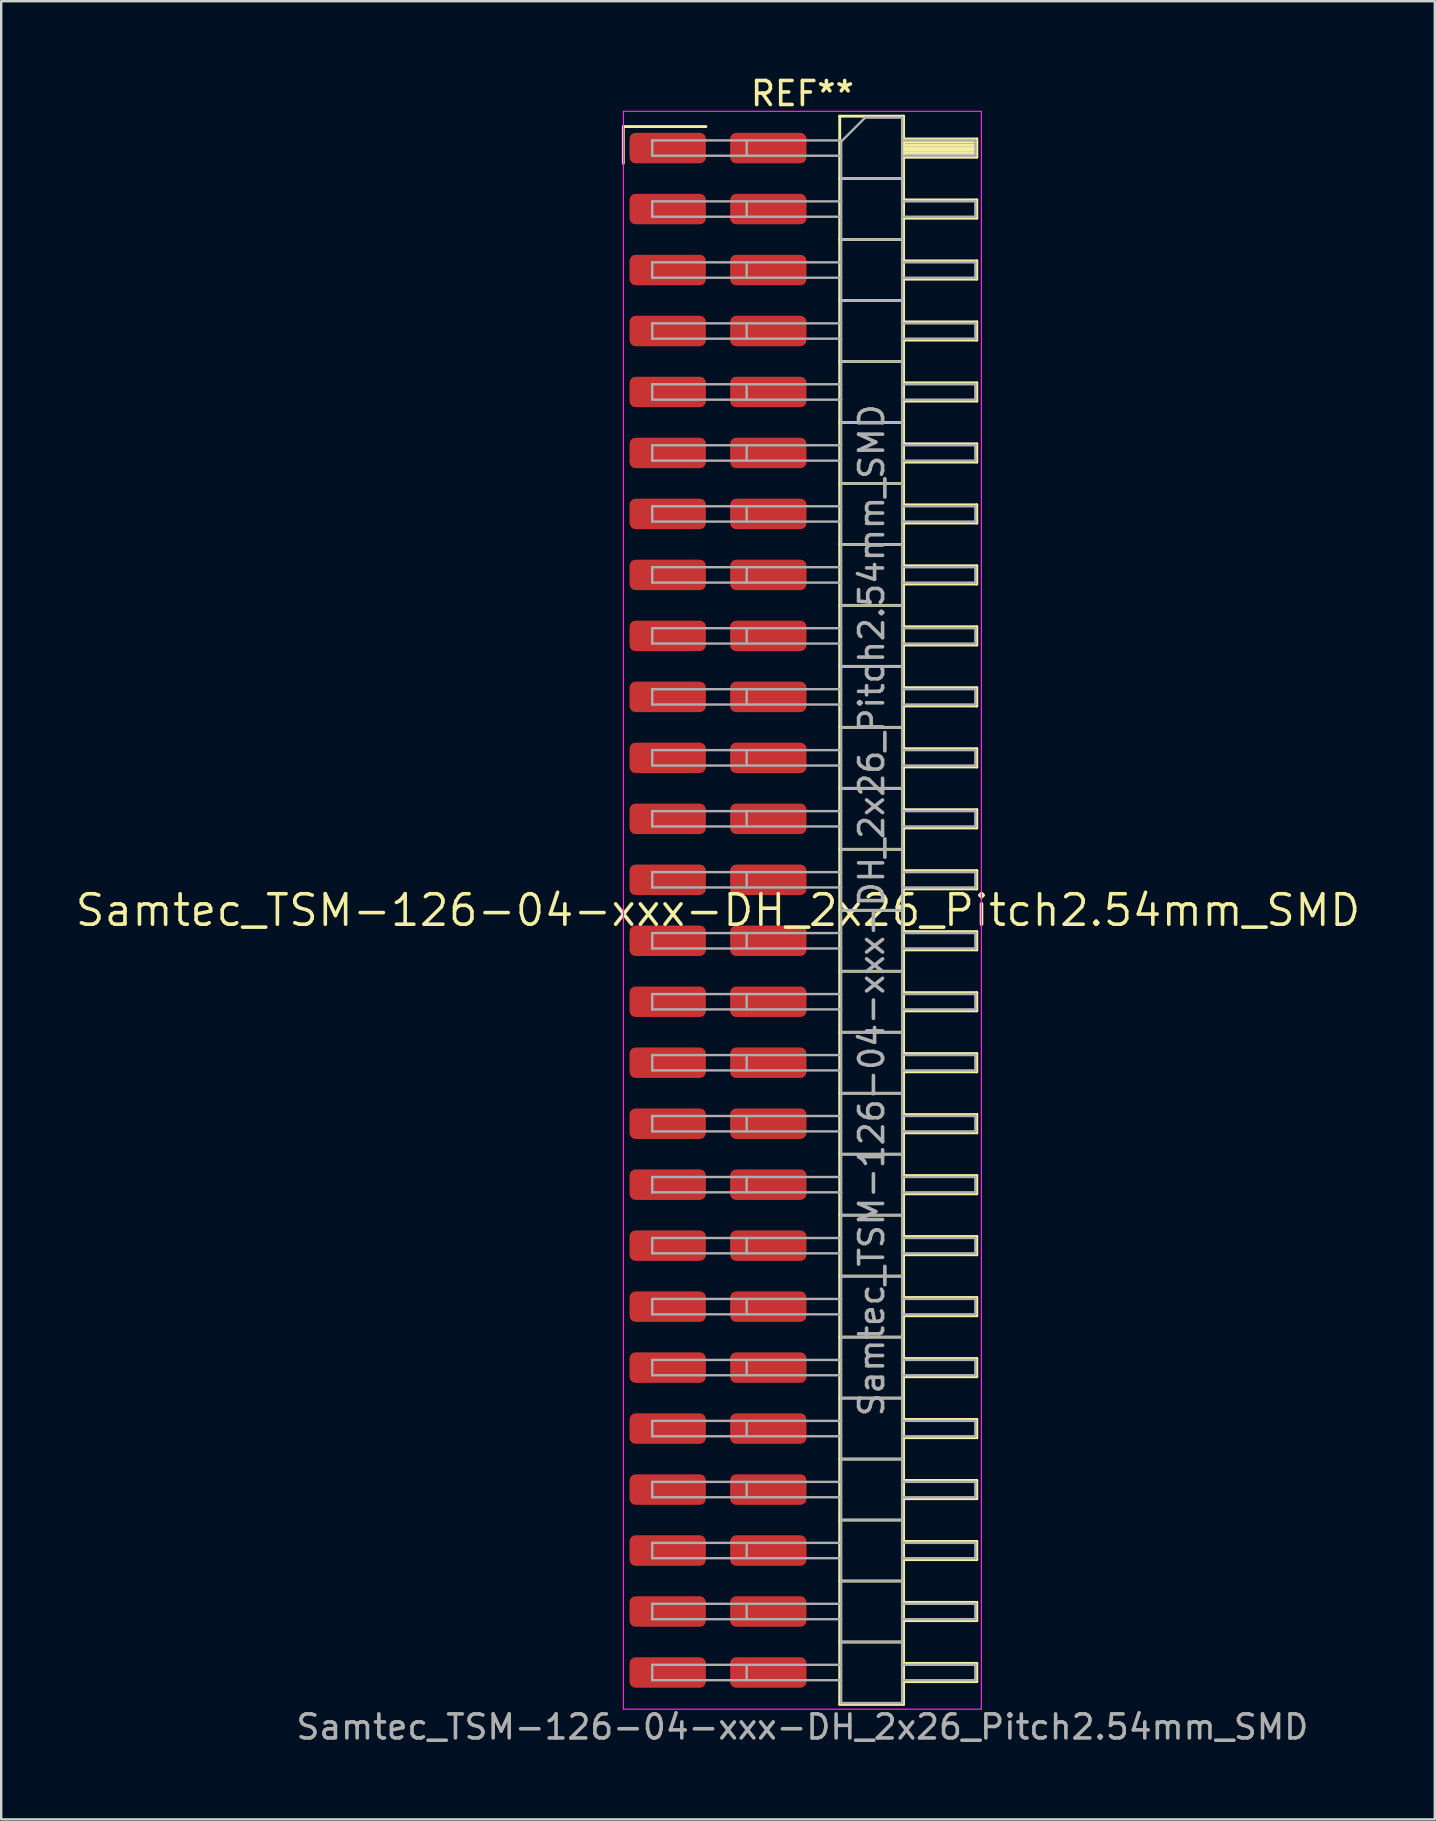
<source format=kicad_pcb>
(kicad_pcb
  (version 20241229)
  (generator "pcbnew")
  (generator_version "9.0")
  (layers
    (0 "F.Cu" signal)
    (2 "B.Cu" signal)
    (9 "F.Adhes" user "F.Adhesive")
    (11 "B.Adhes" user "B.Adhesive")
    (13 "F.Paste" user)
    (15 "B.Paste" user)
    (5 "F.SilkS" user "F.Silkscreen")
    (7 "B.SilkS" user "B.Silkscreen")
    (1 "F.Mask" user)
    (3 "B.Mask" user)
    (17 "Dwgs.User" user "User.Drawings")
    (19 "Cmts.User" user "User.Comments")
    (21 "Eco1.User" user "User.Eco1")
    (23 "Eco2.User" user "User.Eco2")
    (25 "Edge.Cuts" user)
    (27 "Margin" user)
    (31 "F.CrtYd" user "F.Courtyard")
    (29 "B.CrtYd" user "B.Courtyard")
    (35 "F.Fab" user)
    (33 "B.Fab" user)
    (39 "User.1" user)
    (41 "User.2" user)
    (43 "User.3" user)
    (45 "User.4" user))
  (footprint "Samtec_TSM-126-04-xxx-DH_2x26_Pitch2.54mm_SMD"
    (layer "F.Cu")
    (at 26.859 34.868)
    (property "Reference" "Samtec_TSM-126-04-xxx-DH_2x26_Pitch2.54mm_SMD" (at 0 0 0) (layer "F.SilkS") (effects (font (size 1.27 1.27) (thickness 0.15))))
    (attr smd)
    (fp_line (start -3.945 -32.645) (end -0.505 -32.645) (stroke (width 0.12) (type solid)) (layer "F.SilkS"))
    (fp_line (start -3.945 -31.115) (end -3.945 -32.645) (stroke (width 0.12) (type solid)) (layer "F.SilkS"))
    (fp_line (start 5.07 -33.08) (end 7.73 -33.08) (stroke (width 0.12) (type solid)) (layer "F.SilkS"))
    (fp_line (start 5.07 -30.48) (end 7.73 -30.48) (stroke (width 0.12) (type solid)) (layer "F.SilkS"))
    (fp_line (start 5.07 -27.94) (end 7.73 -27.94) (stroke (width 0.12) (type solid)) (layer "F.SilkS"))
    (fp_line (start 5.07 -25.4) (end 7.73 -25.4) (stroke (width 0.12) (type solid)) (layer "F.SilkS"))
    (fp_line (start 5.07 -22.86) (end 7.73 -22.86) (stroke (width 0.12) (type solid)) (layer "F.SilkS"))
    (fp_line (start 5.07 -20.32) (end 7.73 -20.32) (stroke (width 0.12) (type solid)) (layer "F.SilkS"))
    (fp_line (start 5.07 -17.78) (end 7.73 -17.78) (stroke (width 0.12) (type solid)) (layer "F.SilkS"))
    (fp_line (start 5.07 -15.24) (end 7.73 -15.24) (stroke (width 0.12) (type solid)) (layer "F.SilkS"))
    (fp_line (start 5.07 -12.7) (end 7.73 -12.7) (stroke (width 0.12) (type solid)) (layer "F.SilkS"))
    (fp_line (start 5.07 -10.16) (end 7.73 -10.16) (stroke (width 0.12) (type solid)) (layer "F.SilkS"))
    (fp_line (start 5.07 -7.62) (end 7.73 -7.62) (stroke (width 0.12) (type solid)) (layer "F.SilkS"))
    (fp_line (start 5.07 -5.08) (end 7.73 -5.08) (stroke (width 0.12) (type solid)) (layer "F.SilkS"))
    (fp_line (start 5.07 -2.54) (end 7.73 -2.54) (stroke (width 0.12) (type solid)) (layer "F.SilkS"))
    (fp_line (start 5.07 0) (end 7.73 0) (stroke (width 0.12) (type solid)) (layer "F.SilkS"))
    (fp_line (start 5.07 2.54) (end 7.73 2.54) (stroke (width 0.12) (type solid)) (layer "F.SilkS"))
    (fp_line (start 5.07 5.08) (end 7.73 5.08) (stroke (width 0.12) (type solid)) (layer "F.SilkS"))
    (fp_line (start 5.07 7.62) (end 7.73 7.62) (stroke (width 0.12) (type solid)) (layer "F.SilkS"))
    (fp_line (start 5.07 10.16) (end 7.73 10.16) (stroke (width 0.12) (type solid)) (layer "F.SilkS"))
    (fp_line (start 5.07 12.7) (end 7.73 12.7) (stroke (width 0.12) (type solid)) (layer "F.SilkS"))
    (fp_line (start 5.07 15.24) (end 7.73 15.24) (stroke (width 0.12) (type solid)) (layer "F.SilkS"))
    (fp_line (start 5.07 17.78) (end 7.73 17.78) (stroke (width 0.12) (type solid)) (layer "F.SilkS"))
    (fp_line (start 5.07 20.32) (end 7.73 20.32) (stroke (width 0.12) (type solid)) (layer "F.SilkS"))
    (fp_line (start 5.07 22.86) (end 7.73 22.86) (stroke (width 0.12) (type solid)) (layer "F.SilkS"))
    (fp_line (start 5.07 25.4) (end 7.73 25.4) (stroke (width 0.12) (type solid)) (layer "F.SilkS"))
    (fp_line (start 5.07 27.94) (end 7.73 27.94) (stroke (width 0.12) (type solid)) (layer "F.SilkS"))
    (fp_line (start 5.07 30.48) (end 7.73 30.48) (stroke (width 0.12) (type solid)) (layer "F.SilkS"))
    (fp_line (start 5.07 33.08) (end 5.07 -33.08) (stroke (width 0.12) (type solid)) (layer "F.SilkS"))
    (fp_line (start 7.73 -33.08) (end 7.73 33.08) (stroke (width 0.12) (type solid)) (layer "F.SilkS"))
    (fp_line (start 7.73 -32.13) (end 10.78 -32.13) (stroke (width 0.12) (type solid)) (layer "F.SilkS"))
    (fp_line (start 7.73 -32.01) (end 10.78 -32.01) (stroke (width 0.12) (type solid)) (layer "F.SilkS"))
    (fp_line (start 7.73 -31.89) (end 10.78 -31.89) (stroke (width 0.12) (type solid)) (layer "F.SilkS"))
    (fp_line (start 7.73 -31.77) (end 10.78 -31.77) (stroke (width 0.12) (type solid)) (layer "F.SilkS"))
    (fp_line (start 7.73 -31.65) (end 10.78 -31.65) (stroke (width 0.12) (type solid)) (layer "F.SilkS"))
    (fp_line (start 7.73 -31.53) (end 10.78 -31.53) (stroke (width 0.12) (type solid)) (layer "F.SilkS"))
    (fp_line (start 7.73 -31.41) (end 10.78 -31.41) (stroke (width 0.12) (type solid)) (layer "F.SilkS"))
    (fp_line (start 7.73 -31.37) (end 10.78 -31.37) (stroke (width 0.12) (type solid)) (layer "F.SilkS"))
    (fp_line (start 7.73 -29.59) (end 10.78 -29.59) (stroke (width 0.12) (type solid)) (layer "F.SilkS"))
    (fp_line (start 7.73 -28.83) (end 10.78 -28.83) (stroke (width 0.12) (type solid)) (layer "F.SilkS"))
    (fp_line (start 7.73 -27.05) (end 10.78 -27.05) (stroke (width 0.12) (type solid)) (layer "F.SilkS"))
    (fp_line (start 7.73 -26.29) (end 10.78 -26.29) (stroke (width 0.12) (type solid)) (layer "F.SilkS"))
    (fp_line (start 7.73 -24.51) (end 10.78 -24.51) (stroke (width 0.12) (type solid)) (layer "F.SilkS"))
    (fp_line (start 7.73 -23.75) (end 10.78 -23.75) (stroke (width 0.12) (type solid)) (layer "F.SilkS"))
    (fp_line (start 7.73 -21.97) (end 10.78 -21.97) (stroke (width 0.12) (type solid)) (layer "F.SilkS"))
    (fp_line (start 7.73 -21.21) (end 10.78 -21.21) (stroke (width 0.12) (type solid)) (layer "F.SilkS"))
    (fp_line (start 7.73 -19.43) (end 10.78 -19.43) (stroke (width 0.12) (type solid)) (layer "F.SilkS"))
    (fp_line (start 7.73 -18.67) (end 10.78 -18.67) (stroke (width 0.12) (type solid)) (layer "F.SilkS"))
    (fp_line (start 7.73 -16.89) (end 10.78 -16.89) (stroke (width 0.12) (type solid)) (layer "F.SilkS"))
    (fp_line (start 7.73 -16.13) (end 10.78 -16.13) (stroke (width 0.12) (type solid)) (layer "F.SilkS"))
    (fp_line (start 7.73 -14.35) (end 10.78 -14.35) (stroke (width 0.12) (type solid)) (layer "F.SilkS"))
    (fp_line (start 7.73 -13.59) (end 10.78 -13.59) (stroke (width 0.12) (type solid)) (layer "F.SilkS"))
    (fp_line (start 7.73 -11.81) (end 10.78 -11.81) (stroke (width 0.12) (type solid)) (layer "F.SilkS"))
    (fp_line (start 7.73 -11.05) (end 10.78 -11.05) (stroke (width 0.12) (type solid)) (layer "F.SilkS"))
    (fp_line (start 7.73 -9.27) (end 10.78 -9.27) (stroke (width 0.12) (type solid)) (layer "F.SilkS"))
    (fp_line (start 7.73 -8.51) (end 10.78 -8.51) (stroke (width 0.12) (type solid)) (layer "F.SilkS"))
    (fp_line (start 7.73 -6.73) (end 10.78 -6.73) (stroke (width 0.12) (type solid)) (layer "F.SilkS"))
    (fp_line (start 7.73 -5.97) (end 10.78 -5.97) (stroke (width 0.12) (type solid)) (layer "F.SilkS"))
    (fp_line (start 7.73 -4.19) (end 10.78 -4.19) (stroke (width 0.12) (type solid)) (layer "F.SilkS"))
    (fp_line (start 7.73 -3.43) (end 10.78 -3.43) (stroke (width 0.12) (type solid)) (layer "F.SilkS"))
    (fp_line (start 7.73 -1.65) (end 10.78 -1.65) (stroke (width 0.12) (type solid)) (layer "F.SilkS"))
    (fp_line (start 7.73 -0.89) (end 10.78 -0.89) (stroke (width 0.12) (type solid)) (layer "F.SilkS"))
    (fp_line (start 7.73 0.89) (end 10.78 0.89) (stroke (width 0.12) (type solid)) (layer "F.SilkS"))
    (fp_line (start 7.73 1.65) (end 10.78 1.65) (stroke (width 0.12) (type solid)) (layer "F.SilkS"))
    (fp_line (start 7.73 3.43) (end 10.78 3.43) (stroke (width 0.12) (type solid)) (layer "F.SilkS"))
    (fp_line (start 7.73 4.19) (end 10.78 4.19) (stroke (width 0.12) (type solid)) (layer "F.SilkS"))
    (fp_line (start 7.73 5.97) (end 10.78 5.97) (stroke (width 0.12) (type solid)) (layer "F.SilkS"))
    (fp_line (start 7.73 6.73) (end 10.78 6.73) (stroke (width 0.12) (type solid)) (layer "F.SilkS"))
    (fp_line (start 7.73 8.51) (end 10.78 8.51) (stroke (width 0.12) (type solid)) (layer "F.SilkS"))
    (fp_line (start 7.73 9.27) (end 10.78 9.27) (stroke (width 0.12) (type solid)) (layer "F.SilkS"))
    (fp_line (start 7.73 11.05) (end 10.78 11.05) (stroke (width 0.12) (type solid)) (layer "F.SilkS"))
    (fp_line (start 7.73 11.81) (end 10.78 11.81) (stroke (width 0.12) (type solid)) (layer "F.SilkS"))
    (fp_line (start 7.73 13.59) (end 10.78 13.59) (stroke (width 0.12) (type solid)) (layer "F.SilkS"))
    (fp_line (start 7.73 14.35) (end 10.78 14.35) (stroke (width 0.12) (type solid)) (layer "F.SilkS"))
    (fp_line (start 7.73 16.13) (end 10.78 16.13) (stroke (width 0.12) (type solid)) (layer "F.SilkS"))
    (fp_line (start 7.73 16.89) (end 10.78 16.89) (stroke (width 0.12) (type solid)) (layer "F.SilkS"))
    (fp_line (start 7.73 18.67) (end 10.78 18.67) (stroke (width 0.12) (type solid)) (layer "F.SilkS"))
    (fp_line (start 7.73 19.43) (end 10.78 19.43) (stroke (width 0.12) (type solid)) (layer "F.SilkS"))
    (fp_line (start 7.73 21.21) (end 10.78 21.21) (stroke (width 0.12) (type solid)) (layer "F.SilkS"))
    (fp_line (start 7.73 21.97) (end 10.78 21.97) (stroke (width 0.12) (type solid)) (layer "F.SilkS"))
    (fp_line (start 7.73 23.75) (end 10.78 23.75) (stroke (width 0.12) (type solid)) (layer "F.SilkS"))
    (fp_line (start 7.73 24.51) (end 10.78 24.51) (stroke (width 0.12) (type solid)) (layer "F.SilkS"))
    (fp_line (start 7.73 26.29) (end 10.78 26.29) (stroke (width 0.12) (type solid)) (layer "F.SilkS"))
    (fp_line (start 7.73 27.05) (end 10.78 27.05) (stroke (width 0.12) (type solid)) (layer "F.SilkS"))
    (fp_line (start 7.73 28.83) (end 10.78 28.83) (stroke (width 0.12) (type solid)) (layer "F.SilkS"))
    (fp_line (start 7.73 29.59) (end 10.78 29.59) (stroke (width 0.12) (type solid)) (layer "F.SilkS"))
    (fp_line (start 7.73 31.37) (end 10.78 31.37) (stroke (width 0.12) (type solid)) (layer "F.SilkS"))
    (fp_line (start 7.73 32.13) (end 10.78 32.13) (stroke (width 0.12) (type solid)) (layer "F.SilkS"))
    (fp_line (start 7.73 33.08) (end 5.07 33.08) (stroke (width 0.12) (type solid)) (layer "F.SilkS"))
    (fp_line (start 10.78 -32.13) (end 10.78 -31.37) (stroke (width 0.12) (type solid)) (layer "F.SilkS"))
    (fp_line (start 10.78 -29.59) (end 10.78 -28.83) (stroke (width 0.12) (type solid)) (layer "F.SilkS"))
    (fp_line (start 10.78 -27.05) (end 10.78 -26.29) (stroke (width 0.12) (type solid)) (layer "F.SilkS"))
    (fp_line (start 10.78 -24.51) (end 10.78 -23.75) (stroke (width 0.12) (type solid)) (layer "F.SilkS"))
    (fp_line (start 10.78 -21.97) (end 10.78 -21.21) (stroke (width 0.12) (type solid)) (layer "F.SilkS"))
    (fp_line (start 10.78 -19.43) (end 10.78 -18.67) (stroke (width 0.12) (type solid)) (layer "F.SilkS"))
    (fp_line (start 10.78 -16.89) (end 10.78 -16.13) (stroke (width 0.12) (type solid)) (layer "F.SilkS"))
    (fp_line (start 10.78 -14.35) (end 10.78 -13.59) (stroke (width 0.12) (type solid)) (layer "F.SilkS"))
    (fp_line (start 10.78 -11.81) (end 10.78 -11.05) (stroke (width 0.12) (type solid)) (layer "F.SilkS"))
    (fp_line (start 10.78 -9.27) (end 10.78 -8.51) (stroke (width 0.12) (type solid)) (layer "F.SilkS"))
    (fp_line (start 10.78 -6.73) (end 10.78 -5.97) (stroke (width 0.12) (type solid)) (layer "F.SilkS"))
    (fp_line (start 10.78 -4.19) (end 10.78 -3.43) (stroke (width 0.12) (type solid)) (layer "F.SilkS"))
    (fp_line (start 10.78 -1.65) (end 10.78 -0.89) (stroke (width 0.12) (type solid)) (layer "F.SilkS"))
    (fp_line (start 10.78 0.89) (end 10.78 1.65) (stroke (width 0.12) (type solid)) (layer "F.SilkS"))
    (fp_line (start 10.78 3.43) (end 10.78 4.19) (stroke (width 0.12) (type solid)) (layer "F.SilkS"))
    (fp_line (start 10.78 5.97) (end 10.78 6.73) (stroke (width 0.12) (type solid)) (layer "F.SilkS"))
    (fp_line (start 10.78 8.51) (end 10.78 9.27) (stroke (width 0.12) (type solid)) (layer "F.SilkS"))
    (fp_line (start 10.78 11.05) (end 10.78 11.81) (stroke (width 0.12) (type solid)) (layer "F.SilkS"))
    (fp_line (start 10.78 13.59) (end 10.78 14.35) (stroke (width 0.12) (type solid)) (layer "F.SilkS"))
    (fp_line (start 10.78 16.13) (end 10.78 16.89) (stroke (width 0.12) (type solid)) (layer "F.SilkS"))
    (fp_line (start 10.78 18.67) (end 10.78 19.43) (stroke (width 0.12) (type solid)) (layer "F.SilkS"))
    (fp_line (start 10.78 21.21) (end 10.78 21.97) (stroke (width 0.12) (type solid)) (layer "F.SilkS"))
    (fp_line (start 10.78 23.75) (end 10.78 24.51) (stroke (width 0.12) (type solid)) (layer "F.SilkS"))
    (fp_line (start 10.78 26.29) (end 10.78 27.05) (stroke (width 0.12) (type solid)) (layer "F.SilkS"))
    (fp_line (start 10.78 28.83) (end 10.78 29.59) (stroke (width 0.12) (type solid)) (layer "F.SilkS"))
    (fp_line (start 10.78 31.37) (end 10.78 32.13) (stroke (width 0.12) (type solid)) (layer "F.SilkS"))
    (fp_line (start -3.94 -33.28) (end 10.97 -33.28) (stroke (width 0.05) (type solid)) (layer "F.CrtYd"))
    (fp_line (start -3.94 33.28) (end -3.94 -33.28) (stroke (width 0.05) (type solid)) (layer "F.CrtYd"))
    (fp_line (start 10.97 -33.28) (end 10.97 33.28) (stroke (width 0.05) (type solid)) (layer "F.CrtYd"))
    (fp_line (start 10.97 33.28) (end -3.94 33.28) (stroke (width 0.05) (type solid)) (layer "F.CrtYd"))
    (fp_line (start -2.74 -32.07) (end -2.74 -31.43) (stroke (width 0.1) (type solid)) (layer "F.Fab"))
    (fp_line (start -2.74 -32.07) (end 5.13 -32.07) (stroke (width 0.1) (type solid)) (layer "F.Fab"))
    (fp_line (start -2.74 -31.43) (end 5.13 -31.43) (stroke (width 0.1) (type solid)) (layer "F.Fab"))
    (fp_line (start -2.74 -29.53) (end -2.74 -28.89) (stroke (width 0.1) (type solid)) (layer "F.Fab"))
    (fp_line (start -2.74 -29.53) (end 5.13 -29.53) (stroke (width 0.1) (type solid)) (layer "F.Fab"))
    (fp_line (start -2.74 -28.89) (end 5.13 -28.89) (stroke (width 0.1) (type solid)) (layer "F.Fab"))
    (fp_line (start -2.74 -26.99) (end -2.74 -26.35) (stroke (width 0.1) (type solid)) (layer "F.Fab"))
    (fp_line (start -2.74 -26.99) (end 5.13 -26.99) (stroke (width 0.1) (type solid)) (layer "F.Fab"))
    (fp_line (start -2.74 -26.35) (end 5.13 -26.35) (stroke (width 0.1) (type solid)) (layer "F.Fab"))
    (fp_line (start -2.74 -24.45) (end -2.74 -23.81) (stroke (width 0.1) (type solid)) (layer "F.Fab"))
    (fp_line (start -2.74 -24.45) (end 5.13 -24.45) (stroke (width 0.1) (type solid)) (layer "F.Fab"))
    (fp_line (start -2.74 -23.81) (end 5.13 -23.81) (stroke (width 0.1) (type solid)) (layer "F.Fab"))
    (fp_line (start -2.74 -21.91) (end -2.74 -21.27) (stroke (width 0.1) (type solid)) (layer "F.Fab"))
    (fp_line (start -2.74 -21.91) (end 5.13 -21.91) (stroke (width 0.1) (type solid)) (layer "F.Fab"))
    (fp_line (start -2.74 -21.27) (end 5.13 -21.27) (stroke (width 0.1) (type solid)) (layer "F.Fab"))
    (fp_line (start -2.74 -19.37) (end -2.74 -18.73) (stroke (width 0.1) (type solid)) (layer "F.Fab"))
    (fp_line (start -2.74 -19.37) (end 5.13 -19.37) (stroke (width 0.1) (type solid)) (layer "F.Fab"))
    (fp_line (start -2.74 -18.73) (end 5.13 -18.73) (stroke (width 0.1) (type solid)) (layer "F.Fab"))
    (fp_line (start -2.74 -16.83) (end -2.74 -16.19) (stroke (width 0.1) (type solid)) (layer "F.Fab"))
    (fp_line (start -2.74 -16.83) (end 5.13 -16.83) (stroke (width 0.1) (type solid)) (layer "F.Fab"))
    (fp_line (start -2.74 -16.19) (end 5.13 -16.19) (stroke (width 0.1) (type solid)) (layer "F.Fab"))
    (fp_line (start -2.74 -14.29) (end -2.74 -13.65) (stroke (width 0.1) (type solid)) (layer "F.Fab"))
    (fp_line (start -2.74 -14.29) (end 5.13 -14.29) (stroke (width 0.1) (type solid)) (layer "F.Fab"))
    (fp_line (start -2.74 -13.65) (end 5.13 -13.65) (stroke (width 0.1) (type solid)) (layer "F.Fab"))
    (fp_line (start -2.74 -11.75) (end -2.74 -11.11) (stroke (width 0.1) (type solid)) (layer "F.Fab"))
    (fp_line (start -2.74 -11.75) (end 5.13 -11.75) (stroke (width 0.1) (type solid)) (layer "F.Fab"))
    (fp_line (start -2.74 -11.11) (end 5.13 -11.11) (stroke (width 0.1) (type solid)) (layer "F.Fab"))
    (fp_line (start -2.74 -9.21) (end -2.74 -8.57) (stroke (width 0.1) (type solid)) (layer "F.Fab"))
    (fp_line (start -2.74 -9.21) (end 5.13 -9.21) (stroke (width 0.1) (type solid)) (layer "F.Fab"))
    (fp_line (start -2.74 -8.57) (end 5.13 -8.57) (stroke (width 0.1) (type solid)) (layer "F.Fab"))
    (fp_line (start -2.74 -6.67) (end -2.74 -6.03) (stroke (width 0.1) (type solid)) (layer "F.Fab"))
    (fp_line (start -2.74 -6.67) (end 5.13 -6.67) (stroke (width 0.1) (type solid)) (layer "F.Fab"))
    (fp_line (start -2.74 -6.03) (end 5.13 -6.03) (stroke (width 0.1) (type solid)) (layer "F.Fab"))
    (fp_line (start -2.74 -4.13) (end -2.74 -3.49) (stroke (width 0.1) (type solid)) (layer "F.Fab"))
    (fp_line (start -2.74 -4.13) (end 5.13 -4.13) (stroke (width 0.1) (type solid)) (layer "F.Fab"))
    (fp_line (start -2.74 -3.49) (end 5.13 -3.49) (stroke (width 0.1) (type solid)) (layer "F.Fab"))
    (fp_line (start -2.74 -1.59) (end -2.74 -0.95) (stroke (width 0.1) (type solid)) (layer "F.Fab"))
    (fp_line (start -2.74 -1.59) (end 5.13 -1.59) (stroke (width 0.1) (type solid)) (layer "F.Fab"))
    (fp_line (start -2.74 -0.95) (end 5.13 -0.95) (stroke (width 0.1) (type solid)) (layer "F.Fab"))
    (fp_line (start -2.74 0.95) (end -2.74 1.59) (stroke (width 0.1) (type solid)) (layer "F.Fab"))
    (fp_line (start -2.74 0.95) (end 5.13 0.95) (stroke (width 0.1) (type solid)) (layer "F.Fab"))
    (fp_line (start -2.74 1.59) (end 5.13 1.59) (stroke (width 0.1) (type solid)) (layer "F.Fab"))
    (fp_line (start -2.74 3.49) (end -2.74 4.13) (stroke (width 0.1) (type solid)) (layer "F.Fab"))
    (fp_line (start -2.74 3.49) (end 5.13 3.49) (stroke (width 0.1) (type solid)) (layer "F.Fab"))
    (fp_line (start -2.74 4.13) (end 5.13 4.13) (stroke (width 0.1) (type solid)) (layer "F.Fab"))
    (fp_line (start -2.74 6.03) (end -2.74 6.67) (stroke (width 0.1) (type solid)) (layer "F.Fab"))
    (fp_line (start -2.74 6.03) (end 5.13 6.03) (stroke (width 0.1) (type solid)) (layer "F.Fab"))
    (fp_line (start -2.74 6.67) (end 5.13 6.67) (stroke (width 0.1) (type solid)) (layer "F.Fab"))
    (fp_line (start -2.74 8.57) (end -2.74 9.21) (stroke (width 0.1) (type solid)) (layer "F.Fab"))
    (fp_line (start -2.74 8.57) (end 5.13 8.57) (stroke (width 0.1) (type solid)) (layer "F.Fab"))
    (fp_line (start -2.74 9.21) (end 5.13 9.21) (stroke (width 0.1) (type solid)) (layer "F.Fab"))
    (fp_line (start -2.74 11.11) (end -2.74 11.75) (stroke (width 0.1) (type solid)) (layer "F.Fab"))
    (fp_line (start -2.74 11.11) (end 5.13 11.11) (stroke (width 0.1) (type solid)) (layer "F.Fab"))
    (fp_line (start -2.74 11.75) (end 5.13 11.75) (stroke (width 0.1) (type solid)) (layer "F.Fab"))
    (fp_line (start -2.74 13.65) (end -2.74 14.29) (stroke (width 0.1) (type solid)) (layer "F.Fab"))
    (fp_line (start -2.74 13.65) (end 5.13 13.65) (stroke (width 0.1) (type solid)) (layer "F.Fab"))
    (fp_line (start -2.74 14.29) (end 5.13 14.29) (stroke (width 0.1) (type solid)) (layer "F.Fab"))
    (fp_line (start -2.74 16.19) (end -2.74 16.83) (stroke (width 0.1) (type solid)) (layer "F.Fab"))
    (fp_line (start -2.74 16.19) (end 5.13 16.19) (stroke (width 0.1) (type solid)) (layer "F.Fab"))
    (fp_line (start -2.74 16.83) (end 5.13 16.83) (stroke (width 0.1) (type solid)) (layer "F.Fab"))
    (fp_line (start -2.74 18.73) (end -2.74 19.37) (stroke (width 0.1) (type solid)) (layer "F.Fab"))
    (fp_line (start -2.74 18.73) (end 5.13 18.73) (stroke (width 0.1) (type solid)) (layer "F.Fab"))
    (fp_line (start -2.74 19.37) (end 5.13 19.37) (stroke (width 0.1) (type solid)) (layer "F.Fab"))
    (fp_line (start -2.74 21.27) (end -2.74 21.91) (stroke (width 0.1) (type solid)) (layer "F.Fab"))
    (fp_line (start -2.74 21.27) (end 5.13 21.27) (stroke (width 0.1) (type solid)) (layer "F.Fab"))
    (fp_line (start -2.74 21.91) (end 5.13 21.91) (stroke (width 0.1) (type solid)) (layer "F.Fab"))
    (fp_line (start -2.74 23.81) (end -2.74 24.45) (stroke (width 0.1) (type solid)) (layer "F.Fab"))
    (fp_line (start -2.74 23.81) (end 5.13 23.81) (stroke (width 0.1) (type solid)) (layer "F.Fab"))
    (fp_line (start -2.74 24.45) (end 5.13 24.45) (stroke (width 0.1) (type solid)) (layer "F.Fab"))
    (fp_line (start -2.74 26.35) (end -2.74 26.99) (stroke (width 0.1) (type solid)) (layer "F.Fab"))
    (fp_line (start -2.74 26.35) (end 5.13 26.35) (stroke (width 0.1) (type solid)) (layer "F.Fab"))
    (fp_line (start -2.74 26.99) (end 5.13 26.99) (stroke (width 0.1) (type solid)) (layer "F.Fab"))
    (fp_line (start -2.74 28.89) (end -2.74 29.53) (stroke (width 0.1) (type solid)) (layer "F.Fab"))
    (fp_line (start -2.74 28.89) (end 5.13 28.89) (stroke (width 0.1) (type solid)) (layer "F.Fab"))
    (fp_line (start -2.74 29.53) (end 5.13 29.53) (stroke (width 0.1) (type solid)) (layer "F.Fab"))
    (fp_line (start -2.74 31.43) (end -2.74 32.07) (stroke (width 0.1) (type solid)) (layer "F.Fab"))
    (fp_line (start -2.74 31.43) (end 5.13 31.43) (stroke (width 0.1) (type solid)) (layer "F.Fab"))
    (fp_line (start -2.74 32.07) (end 5.13 32.07) (stroke (width 0.1) (type solid)) (layer "F.Fab"))
    (fp_line (start 1.195 -32.07) (end 1.195 -31.43) (stroke (width 0.1) (type solid)) (layer "F.Fab"))
    (fp_line (start 1.195 -29.53) (end 1.195 -28.89) (stroke (width 0.1) (type solid)) (layer "F.Fab"))
    (fp_line (start 1.195 -26.99) (end 1.195 -26.35) (stroke (width 0.1) (type solid)) (layer "F.Fab"))
    (fp_line (start 1.195 -24.45) (end 1.195 -23.81) (stroke (width 0.1) (type solid)) (layer "F.Fab"))
    (fp_line (start 1.195 -21.91) (end 1.195 -21.27) (stroke (width 0.1) (type solid)) (layer "F.Fab"))
    (fp_line (start 1.195 -19.37) (end 1.195 -18.73) (stroke (width 0.1) (type solid)) (layer "F.Fab"))
    (fp_line (start 1.195 -16.83) (end 1.195 -16.19) (stroke (width 0.1) (type solid)) (layer "F.Fab"))
    (fp_line (start 1.195 -14.29) (end 1.195 -13.65) (stroke (width 0.1) (type solid)) (layer "F.Fab"))
    (fp_line (start 1.195 -11.75) (end 1.195 -11.11) (stroke (width 0.1) (type solid)) (layer "F.Fab"))
    (fp_line (start 1.195 -9.21) (end 1.195 -8.57) (stroke (width 0.1) (type solid)) (layer "F.Fab"))
    (fp_line (start 1.195 -6.67) (end 1.195 -6.03) (stroke (width 0.1) (type solid)) (layer "F.Fab"))
    (fp_line (start 1.195 -4.13) (end 1.195 -3.49) (stroke (width 0.1) (type solid)) (layer "F.Fab"))
    (fp_line (start 1.195 -1.59) (end 1.195 -0.95) (stroke (width 0.1) (type solid)) (layer "F.Fab"))
    (fp_line (start 1.195 0.95) (end 1.195 1.59) (stroke (width 0.1) (type solid)) (layer "F.Fab"))
    (fp_line (start 1.195 3.49) (end 1.195 4.13) (stroke (width 0.1) (type solid)) (layer "F.Fab"))
    (fp_line (start 1.195 6.03) (end 1.195 6.67) (stroke (width 0.1) (type solid)) (layer "F.Fab"))
    (fp_line (start 1.195 8.57) (end 1.195 9.21) (stroke (width 0.1) (type solid)) (layer "F.Fab"))
    (fp_line (start 1.195 11.11) (end 1.195 11.75) (stroke (width 0.1) (type solid)) (layer "F.Fab"))
    (fp_line (start 1.195 13.65) (end 1.195 14.29) (stroke (width 0.1) (type solid)) (layer "F.Fab"))
    (fp_line (start 1.195 16.19) (end 1.195 16.83) (stroke (width 0.1) (type solid)) (layer "F.Fab"))
    (fp_line (start 1.195 18.73) (end 1.195 19.37) (stroke (width 0.1) (type solid)) (layer "F.Fab"))
    (fp_line (start 1.195 21.27) (end 1.195 21.91) (stroke (width 0.1) (type solid)) (layer "F.Fab"))
    (fp_line (start 1.195 23.81) (end 1.195 24.45) (stroke (width 0.1) (type solid)) (layer "F.Fab"))
    (fp_line (start 1.195 26.35) (end 1.195 26.99) (stroke (width 0.1) (type solid)) (layer "F.Fab"))
    (fp_line (start 1.195 28.89) (end 1.195 29.53) (stroke (width 0.1) (type solid)) (layer "F.Fab"))
    (fp_line (start 1.195 31.43) (end 1.195 32.07) (stroke (width 0.1) (type solid)) (layer "F.Fab"))
    (fp_line (start 5.13 -32.02) (end 6.13 -33.02) (stroke (width 0.1) (type solid)) (layer "F.Fab"))
    (fp_line (start 5.13 -30.48) (end 7.67 -30.48) (stroke (width 0.1) (type solid)) (layer "F.Fab"))
    (fp_line (start 5.13 -27.94) (end 7.67 -27.94) (stroke (width 0.1) (type solid)) (layer "F.Fab"))
    (fp_line (start 5.13 -25.4) (end 7.67 -25.4) (stroke (width 0.1) (type solid)) (layer "F.Fab"))
    (fp_line (start 5.13 -22.86) (end 7.67 -22.86) (stroke (width 0.1) (type solid)) (layer "F.Fab"))
    (fp_line (start 5.13 -20.32) (end 7.67 -20.32) (stroke (width 0.1) (type solid)) (layer "F.Fab"))
    (fp_line (start 5.13 -17.78) (end 7.67 -17.78) (stroke (width 0.1) (type solid)) (layer "F.Fab"))
    (fp_line (start 5.13 -15.24) (end 7.67 -15.24) (stroke (width 0.1) (type solid)) (layer "F.Fab"))
    (fp_line (start 5.13 -12.7) (end 7.67 -12.7) (stroke (width 0.1) (type solid)) (layer "F.Fab"))
    (fp_line (start 5.13 -10.16) (end 7.67 -10.16) (stroke (width 0.1) (type solid)) (layer "F.Fab"))
    (fp_line (start 5.13 -7.62) (end 7.67 -7.62) (stroke (width 0.1) (type solid)) (layer "F.Fab"))
    (fp_line (start 5.13 -5.08) (end 7.67 -5.08) (stroke (width 0.1) (type solid)) (layer "F.Fab"))
    (fp_line (start 5.13 -2.54) (end 7.67 -2.54) (stroke (width 0.1) (type solid)) (layer "F.Fab"))
    (fp_line (start 5.13 0) (end 7.67 0) (stroke (width 0.1) (type solid)) (layer "F.Fab"))
    (fp_line (start 5.13 2.54) (end 7.67 2.54) (stroke (width 0.1) (type solid)) (layer "F.Fab"))
    (fp_line (start 5.13 5.08) (end 7.67 5.08) (stroke (width 0.1) (type solid)) (layer "F.Fab"))
    (fp_line (start 5.13 7.62) (end 7.67 7.62) (stroke (width 0.1) (type solid)) (layer "F.Fab"))
    (fp_line (start 5.13 10.16) (end 7.67 10.16) (stroke (width 0.1) (type solid)) (layer "F.Fab"))
    (fp_line (start 5.13 12.7) (end 7.67 12.7) (stroke (width 0.1) (type solid)) (layer "F.Fab"))
    (fp_line (start 5.13 15.24) (end 7.67 15.24) (stroke (width 0.1) (type solid)) (layer "F.Fab"))
    (fp_line (start 5.13 17.78) (end 7.67 17.78) (stroke (width 0.1) (type solid)) (layer "F.Fab"))
    (fp_line (start 5.13 20.32) (end 7.67 20.32) (stroke (width 0.1) (type solid)) (layer "F.Fab"))
    (fp_line (start 5.13 22.86) (end 7.67 22.86) (stroke (width 0.1) (type solid)) (layer "F.Fab"))
    (fp_line (start 5.13 25.4) (end 7.67 25.4) (stroke (width 0.1) (type solid)) (layer "F.Fab"))
    (fp_line (start 5.13 27.94) (end 7.67 27.94) (stroke (width 0.1) (type solid)) (layer "F.Fab"))
    (fp_line (start 5.13 30.48) (end 7.67 30.48) (stroke (width 0.1) (type solid)) (layer "F.Fab"))
    (fp_line (start 5.13 33.02) (end 5.13 -32.02) (stroke (width 0.1) (type solid)) (layer "F.Fab"))
    (fp_line (start 6.13 -33.02) (end 7.67 -33.02) (stroke (width 0.1) (type solid)) (layer "F.Fab"))
    (fp_line (start 7.67 -33.02) (end 7.67 33.02) (stroke (width 0.1) (type solid)) (layer "F.Fab"))
    (fp_line (start 7.67 -32.07) (end 10.72 -32.07) (stroke (width 0.1) (type solid)) (layer "F.Fab"))
    (fp_line (start 7.67 -31.43) (end 10.72 -31.43) (stroke (width 0.1) (type solid)) (layer "F.Fab"))
    (fp_line (start 7.67 -29.53) (end 10.72 -29.53) (stroke (width 0.1) (type solid)) (layer "F.Fab"))
    (fp_line (start 7.67 -28.89) (end 10.72 -28.89) (stroke (width 0.1) (type solid)) (layer "F.Fab"))
    (fp_line (start 7.67 -26.99) (end 10.72 -26.99) (stroke (width 0.1) (type solid)) (layer "F.Fab"))
    (fp_line (start 7.67 -26.35) (end 10.72 -26.35) (stroke (width 0.1) (type solid)) (layer "F.Fab"))
    (fp_line (start 7.67 -24.45) (end 10.72 -24.45) (stroke (width 0.1) (type solid)) (layer "F.Fab"))
    (fp_line (start 7.67 -23.81) (end 10.72 -23.81) (stroke (width 0.1) (type solid)) (layer "F.Fab"))
    (fp_line (start 7.67 -21.91) (end 10.72 -21.91) (stroke (width 0.1) (type solid)) (layer "F.Fab"))
    (fp_line (start 7.67 -21.27) (end 10.72 -21.27) (stroke (width 0.1) (type solid)) (layer "F.Fab"))
    (fp_line (start 7.67 -19.37) (end 10.72 -19.37) (stroke (width 0.1) (type solid)) (layer "F.Fab"))
    (fp_line (start 7.67 -18.73) (end 10.72 -18.73) (stroke (width 0.1) (type solid)) (layer "F.Fab"))
    (fp_line (start 7.67 -16.83) (end 10.72 -16.83) (stroke (width 0.1) (type solid)) (layer "F.Fab"))
    (fp_line (start 7.67 -16.19) (end 10.72 -16.19) (stroke (width 0.1) (type solid)) (layer "F.Fab"))
    (fp_line (start 7.67 -14.29) (end 10.72 -14.29) (stroke (width 0.1) (type solid)) (layer "F.Fab"))
    (fp_line (start 7.67 -13.65) (end 10.72 -13.65) (stroke (width 0.1) (type solid)) (layer "F.Fab"))
    (fp_line (start 7.67 -11.75) (end 10.72 -11.75) (stroke (width 0.1) (type solid)) (layer "F.Fab"))
    (fp_line (start 7.67 -11.11) (end 10.72 -11.11) (stroke (width 0.1) (type solid)) (layer "F.Fab"))
    (fp_line (start 7.67 -9.21) (end 10.72 -9.21) (stroke (width 0.1) (type solid)) (layer "F.Fab"))
    (fp_line (start 7.67 -8.57) (end 10.72 -8.57) (stroke (width 0.1) (type solid)) (layer "F.Fab"))
    (fp_line (start 7.67 -6.67) (end 10.72 -6.67) (stroke (width 0.1) (type solid)) (layer "F.Fab"))
    (fp_line (start 7.67 -6.03) (end 10.72 -6.03) (stroke (width 0.1) (type solid)) (layer "F.Fab"))
    (fp_line (start 7.67 -4.13) (end 10.72 -4.13) (stroke (width 0.1) (type solid)) (layer "F.Fab"))
    (fp_line (start 7.67 -3.49) (end 10.72 -3.49) (stroke (width 0.1) (type solid)) (layer "F.Fab"))
    (fp_line (start 7.67 -1.59) (end 10.72 -1.59) (stroke (width 0.1) (type solid)) (layer "F.Fab"))
    (fp_line (start 7.67 -0.95) (end 10.72 -0.95) (stroke (width 0.1) (type solid)) (layer "F.Fab"))
    (fp_line (start 7.67 0.95) (end 10.72 0.95) (stroke (width 0.1) (type solid)) (layer "F.Fab"))
    (fp_line (start 7.67 1.59) (end 10.72 1.59) (stroke (width 0.1) (type solid)) (layer "F.Fab"))
    (fp_line (start 7.67 3.49) (end 10.72 3.49) (stroke (width 0.1) (type solid)) (layer "F.Fab"))
    (fp_line (start 7.67 4.13) (end 10.72 4.13) (stroke (width 0.1) (type solid)) (layer "F.Fab"))
    (fp_line (start 7.67 6.03) (end 10.72 6.03) (stroke (width 0.1) (type solid)) (layer "F.Fab"))
    (fp_line (start 7.67 6.67) (end 10.72 6.67) (stroke (width 0.1) (type solid)) (layer "F.Fab"))
    (fp_line (start 7.67 8.57) (end 10.72 8.57) (stroke (width 0.1) (type solid)) (layer "F.Fab"))
    (fp_line (start 7.67 9.21) (end 10.72 9.21) (stroke (width 0.1) (type solid)) (layer "F.Fab"))
    (fp_line (start 7.67 11.11) (end 10.72 11.11) (stroke (width 0.1) (type solid)) (layer "F.Fab"))
    (fp_line (start 7.67 11.75) (end 10.72 11.75) (stroke (width 0.1) (type solid)) (layer "F.Fab"))
    (fp_line (start 7.67 13.65) (end 10.72 13.65) (stroke (width 0.1) (type solid)) (layer "F.Fab"))
    (fp_line (start 7.67 14.29) (end 10.72 14.29) (stroke (width 0.1) (type solid)) (layer "F.Fab"))
    (fp_line (start 7.67 16.19) (end 10.72 16.19) (stroke (width 0.1) (type solid)) (layer "F.Fab"))
    (fp_line (start 7.67 16.83) (end 10.72 16.83) (stroke (width 0.1) (type solid)) (layer "F.Fab"))
    (fp_line (start 7.67 18.73) (end 10.72 18.73) (stroke (width 0.1) (type solid)) (layer "F.Fab"))
    (fp_line (start 7.67 19.37) (end 10.72 19.37) (stroke (width 0.1) (type solid)) (layer "F.Fab"))
    (fp_line (start 7.67 21.27) (end 10.72 21.27) (stroke (width 0.1) (type solid)) (layer "F.Fab"))
    (fp_line (start 7.67 21.91) (end 10.72 21.91) (stroke (width 0.1) (type solid)) (layer "F.Fab"))
    (fp_line (start 7.67 23.81) (end 10.72 23.81) (stroke (width 0.1) (type solid)) (layer "F.Fab"))
    (fp_line (start 7.67 24.45) (end 10.72 24.45) (stroke (width 0.1) (type solid)) (layer "F.Fab"))
    (fp_line (start 7.67 26.35) (end 10.72 26.35) (stroke (width 0.1) (type solid)) (layer "F.Fab"))
    (fp_line (start 7.67 26.99) (end 10.72 26.99) (stroke (width 0.1) (type solid)) (layer "F.Fab"))
    (fp_line (start 7.67 28.89) (end 10.72 28.89) (stroke (width 0.1) (type solid)) (layer "F.Fab"))
    (fp_line (start 7.67 29.53) (end 10.72 29.53) (stroke (width 0.1) (type solid)) (layer "F.Fab"))
    (fp_line (start 7.67 31.43) (end 10.72 31.43) (stroke (width 0.1) (type solid)) (layer "F.Fab"))
    (fp_line (start 7.67 32.07) (end 10.72 32.07) (stroke (width 0.1) (type solid)) (layer "F.Fab"))
    (fp_line (start 7.67 33.02) (end 5.13 33.02) (stroke (width 0.1) (type solid)) (layer "F.Fab"))
    (fp_line (start 10.72 -32.07) (end 10.72 -31.43) (stroke (width 0.1) (type solid)) (layer "F.Fab"))
    (fp_line (start 10.72 -29.53) (end 10.72 -28.89) (stroke (width 0.1) (type solid)) (layer "F.Fab"))
    (fp_line (start 10.72 -26.99) (end 10.72 -26.35) (stroke (width 0.1) (type solid)) (layer "F.Fab"))
    (fp_line (start 10.72 -24.45) (end 10.72 -23.81) (stroke (width 0.1) (type solid)) (layer "F.Fab"))
    (fp_line (start 10.72 -21.91) (end 10.72 -21.27) (stroke (width 0.1) (type solid)) (layer "F.Fab"))
    (fp_line (start 10.72 -19.37) (end 10.72 -18.73) (stroke (width 0.1) (type solid)) (layer "F.Fab"))
    (fp_line (start 10.72 -16.83) (end 10.72 -16.19) (stroke (width 0.1) (type solid)) (layer "F.Fab"))
    (fp_line (start 10.72 -14.29) (end 10.72 -13.65) (stroke (width 0.1) (type solid)) (layer "F.Fab"))
    (fp_line (start 10.72 -11.75) (end 10.72 -11.11) (stroke (width 0.1) (type solid)) (layer "F.Fab"))
    (fp_line (start 10.72 -9.21) (end 10.72 -8.57) (stroke (width 0.1) (type solid)) (layer "F.Fab"))
    (fp_line (start 10.72 -6.67) (end 10.72 -6.03) (stroke (width 0.1) (type solid)) (layer "F.Fab"))
    (fp_line (start 10.72 -4.13) (end 10.72 -3.49) (stroke (width 0.1) (type solid)) (layer "F.Fab"))
    (fp_line (start 10.72 -1.59) (end 10.72 -0.95) (stroke (width 0.1) (type solid)) (layer "F.Fab"))
    (fp_line (start 10.72 0.95) (end 10.72 1.59) (stroke (width 0.1) (type solid)) (layer "F.Fab"))
    (fp_line (start 10.72 3.49) (end 10.72 4.13) (stroke (width 0.1) (type solid)) (layer "F.Fab"))
    (fp_line (start 10.72 6.03) (end 10.72 6.67) (stroke (width 0.1) (type solid)) (layer "F.Fab"))
    (fp_line (start 10.72 8.57) (end 10.72 9.21) (stroke (width 0.1) (type solid)) (layer "F.Fab"))
    (fp_line (start 10.72 11.11) (end 10.72 11.75) (stroke (width 0.1) (type solid)) (layer "F.Fab"))
    (fp_line (start 10.72 13.65) (end 10.72 14.29) (stroke (width 0.1) (type solid)) (layer "F.Fab"))
    (fp_line (start 10.72 16.19) (end 10.72 16.83) (stroke (width 0.1) (type solid)) (layer "F.Fab"))
    (fp_line (start 10.72 18.73) (end 10.72 19.37) (stroke (width 0.1) (type solid)) (layer "F.Fab"))
    (fp_line (start 10.72 21.27) (end 10.72 21.91) (stroke (width 0.1) (type solid)) (layer "F.Fab"))
    (fp_line (start 10.72 23.81) (end 10.72 24.45) (stroke (width 0.1) (type solid)) (layer "F.Fab"))
    (fp_line (start 10.72 26.35) (end 10.72 26.99) (stroke (width 0.1) (type solid)) (layer "F.Fab"))
    (fp_line (start 10.72 28.89) (end 10.72 29.53) (stroke (width 0.1) (type solid)) (layer "F.Fab"))
    (fp_line (start 10.72 31.43) (end 10.72 32.07) (stroke (width 0.1) (type solid)) (layer "F.Fab"))
    (fp_text user "REF**" (at 3.515 -34.02 0) (layer "F.SilkS") (effects (font (size 1 1) (thickness 0.15))))
    (fp_text user "Samtec_TSM-126-04-xxx-DH_2x26_Pitch2.54mm_SMD" (at 3.515 34.02 0) (layer "F.Fab") (effects (font (size 1 1) (thickness 0.15))))
    (fp_text user "${REFERENCE}" (at 6.4 0 90) (layer "F.Fab") (effects (font (size 1 1) (thickness 0.15))))
    (pad "1" smd roundrect (at -2.095 -31.75) (size 3.18 1.27) (layers "F.Cu" "F.Mask" "F.Paste") (roundrect_rratio 0.197))
    (pad "2" smd roundrect (at 2.095 -31.75) (size 3.18 1.27) (layers "F.Cu" "F.Mask" "F.Paste") (roundrect_rratio 0.197))
    (pad "3" smd roundrect (at -2.095 -29.21) (size 3.18 1.27) (layers "F.Cu" "F.Mask" "F.Paste") (roundrect_rratio 0.197))
    (pad "4" smd roundrect (at 2.095 -29.21) (size 3.18 1.27) (layers "F.Cu" "F.Mask" "F.Paste") (roundrect_rratio 0.197))
    (pad "5" smd roundrect (at -2.095 -26.67) (size 3.18 1.27) (layers "F.Cu" "F.Mask" "F.Paste") (roundrect_rratio 0.197))
    (pad "6" smd roundrect (at 2.095 -26.67) (size 3.18 1.27) (layers "F.Cu" "F.Mask" "F.Paste") (roundrect_rratio 0.197))
    (pad "7" smd roundrect (at -2.095 -24.13) (size 3.18 1.27) (layers "F.Cu" "F.Mask" "F.Paste") (roundrect_rratio 0.197))
    (pad "8" smd roundrect (at 2.095 -24.13) (size 3.18 1.27) (layers "F.Cu" "F.Mask" "F.Paste") (roundrect_rratio 0.197))
    (pad "9" smd roundrect (at -2.095 -21.59) (size 3.18 1.27) (layers "F.Cu" "F.Mask" "F.Paste") (roundrect_rratio 0.197))
    (pad "10" smd roundrect (at 2.095 -21.59) (size 3.18 1.27) (layers "F.Cu" "F.Mask" "F.Paste") (roundrect_rratio 0.197))
    (pad "11" smd roundrect (at -2.095 -19.05) (size 3.18 1.27) (layers "F.Cu" "F.Mask" "F.Paste") (roundrect_rratio 0.197))
    (pad "12" smd roundrect (at 2.095 -19.05) (size 3.18 1.27) (layers "F.Cu" "F.Mask" "F.Paste") (roundrect_rratio 0.197))
    (pad "13" smd roundrect (at -2.095 -16.51) (size 3.18 1.27) (layers "F.Cu" "F.Mask" "F.Paste") (roundrect_rratio 0.197))
    (pad "14" smd roundrect (at 2.095 -16.51) (size 3.18 1.27) (layers "F.Cu" "F.Mask" "F.Paste") (roundrect_rratio 0.197))
    (pad "15" smd roundrect (at -2.095 -13.97) (size 3.18 1.27) (layers "F.Cu" "F.Mask" "F.Paste") (roundrect_rratio 0.197))
    (pad "16" smd roundrect (at 2.095 -13.97) (size 3.18 1.27) (layers "F.Cu" "F.Mask" "F.Paste") (roundrect_rratio 0.197))
    (pad "17" smd roundrect (at -2.095 -11.43) (size 3.18 1.27) (layers "F.Cu" "F.Mask" "F.Paste") (roundrect_rratio 0.197))
    (pad "18" smd roundrect (at 2.095 -11.43) (size 3.18 1.27) (layers "F.Cu" "F.Mask" "F.Paste") (roundrect_rratio 0.197))
    (pad "19" smd roundrect (at -2.095 -8.89) (size 3.18 1.27) (layers "F.Cu" "F.Mask" "F.Paste") (roundrect_rratio 0.197))
    (pad "20" smd roundrect (at 2.095 -8.89) (size 3.18 1.27) (layers "F.Cu" "F.Mask" "F.Paste") (roundrect_rratio 0.197))
    (pad "21" smd roundrect (at -2.095 -6.35) (size 3.18 1.27) (layers "F.Cu" "F.Mask" "F.Paste") (roundrect_rratio 0.197))
    (pad "22" smd roundrect (at 2.095 -6.35) (size 3.18 1.27) (layers "F.Cu" "F.Mask" "F.Paste") (roundrect_rratio 0.197))
    (pad "23" smd roundrect (at -2.095 -3.81) (size 3.18 1.27) (layers "F.Cu" "F.Mask" "F.Paste") (roundrect_rratio 0.197))
    (pad "24" smd roundrect (at 2.095 -3.81) (size 3.18 1.27) (layers "F.Cu" "F.Mask" "F.Paste") (roundrect_rratio 0.197))
    (pad "25" smd roundrect (at -2.095 -1.27) (size 3.18 1.27) (layers "F.Cu" "F.Mask" "F.Paste") (roundrect_rratio 0.197))
    (pad "26" smd roundrect (at 2.095 -1.27) (size 3.18 1.27) (layers "F.Cu" "F.Mask" "F.Paste") (roundrect_rratio 0.197))
    (pad "27" smd roundrect (at -2.095 1.27) (size 3.18 1.27) (layers "F.Cu" "F.Mask" "F.Paste") (roundrect_rratio 0.197))
    (pad "28" smd roundrect (at 2.095 1.27) (size 3.18 1.27) (layers "F.Cu" "F.Mask" "F.Paste") (roundrect_rratio 0.197))
    (pad "29" smd roundrect (at -2.095 3.81) (size 3.18 1.27) (layers "F.Cu" "F.Mask" "F.Paste") (roundrect_rratio 0.197))
    (pad "30" smd roundrect (at 2.095 3.81) (size 3.18 1.27) (layers "F.Cu" "F.Mask" "F.Paste") (roundrect_rratio 0.197))
    (pad "31" smd roundrect (at -2.095 6.35) (size 3.18 1.27) (layers "F.Cu" "F.Mask" "F.Paste") (roundrect_rratio 0.197))
    (pad "32" smd roundrect (at 2.095 6.35) (size 3.18 1.27) (layers "F.Cu" "F.Mask" "F.Paste") (roundrect_rratio 0.197))
    (pad "33" smd roundrect (at -2.095 8.89) (size 3.18 1.27) (layers "F.Cu" "F.Mask" "F.Paste") (roundrect_rratio 0.197))
    (pad "34" smd roundrect (at 2.095 8.89) (size 3.18 1.27) (layers "F.Cu" "F.Mask" "F.Paste") (roundrect_rratio 0.197))
    (pad "35" smd roundrect (at -2.095 11.43) (size 3.18 1.27) (layers "F.Cu" "F.Mask" "F.Paste") (roundrect_rratio 0.197))
    (pad "36" smd roundrect (at 2.095 11.43) (size 3.18 1.27) (layers "F.Cu" "F.Mask" "F.Paste") (roundrect_rratio 0.197))
    (pad "37" smd roundrect (at -2.095 13.97) (size 3.18 1.27) (layers "F.Cu" "F.Mask" "F.Paste") (roundrect_rratio 0.197))
    (pad "38" smd roundrect (at 2.095 13.97) (size 3.18 1.27) (layers "F.Cu" "F.Mask" "F.Paste") (roundrect_rratio 0.197))
    (pad "39" smd roundrect (at -2.095 16.51) (size 3.18 1.27) (layers "F.Cu" "F.Mask" "F.Paste") (roundrect_rratio 0.197))
    (pad "40" smd roundrect (at 2.095 16.51) (size 3.18 1.27) (layers "F.Cu" "F.Mask" "F.Paste") (roundrect_rratio 0.197))
    (pad "41" smd roundrect (at -2.095 19.05) (size 3.18 1.27) (layers "F.Cu" "F.Mask" "F.Paste") (roundrect_rratio 0.197))
    (pad "42" smd roundrect (at 2.095 19.05) (size 3.18 1.27) (layers "F.Cu" "F.Mask" "F.Paste") (roundrect_rratio 0.197))
    (pad "43" smd roundrect (at -2.095 21.59) (size 3.18 1.27) (layers "F.Cu" "F.Mask" "F.Paste") (roundrect_rratio 0.197))
    (pad "44" smd roundrect (at 2.095 21.59) (size 3.18 1.27) (layers "F.Cu" "F.Mask" "F.Paste") (roundrect_rratio 0.197))
    (pad "45" smd roundrect (at -2.095 24.13) (size 3.18 1.27) (layers "F.Cu" "F.Mask" "F.Paste") (roundrect_rratio 0.197))
    (pad "46" smd roundrect (at 2.095 24.13) (size 3.18 1.27) (layers "F.Cu" "F.Mask" "F.Paste") (roundrect_rratio 0.197))
    (pad "47" smd roundrect (at -2.095 26.67) (size 3.18 1.27) (layers "F.Cu" "F.Mask" "F.Paste") (roundrect_rratio 0.197))
    (pad "48" smd roundrect (at 2.095 26.67) (size 3.18 1.27) (layers "F.Cu" "F.Mask" "F.Paste") (roundrect_rratio 0.197))
    (pad "49" smd roundrect (at -2.095 29.21) (size 3.18 1.27) (layers "F.Cu" "F.Mask" "F.Paste") (roundrect_rratio 0.197))
    (pad "50" smd roundrect (at 2.095 29.21) (size 3.18 1.27) (layers "F.Cu" "F.Mask" "F.Paste") (roundrect_rratio 0.197))
    (pad "51" smd roundrect (at -2.095 31.75) (size 3.18 1.27) (layers "F.Cu" "F.Mask" "F.Paste") (roundrect_rratio 0.197))
    (pad "52" smd roundrect (at 2.095 31.75) (size 3.18 1.27) (layers "F.Cu" "F.Mask" "F.Paste") (roundrect_rratio 0.197)))
  (gr_rect
    (start -3 -3)
    (end 56.717 72.737)
    (stroke (width 0.1) (type default))
    (fill no)
    (layer "Edge.Cuts")))
</source>
